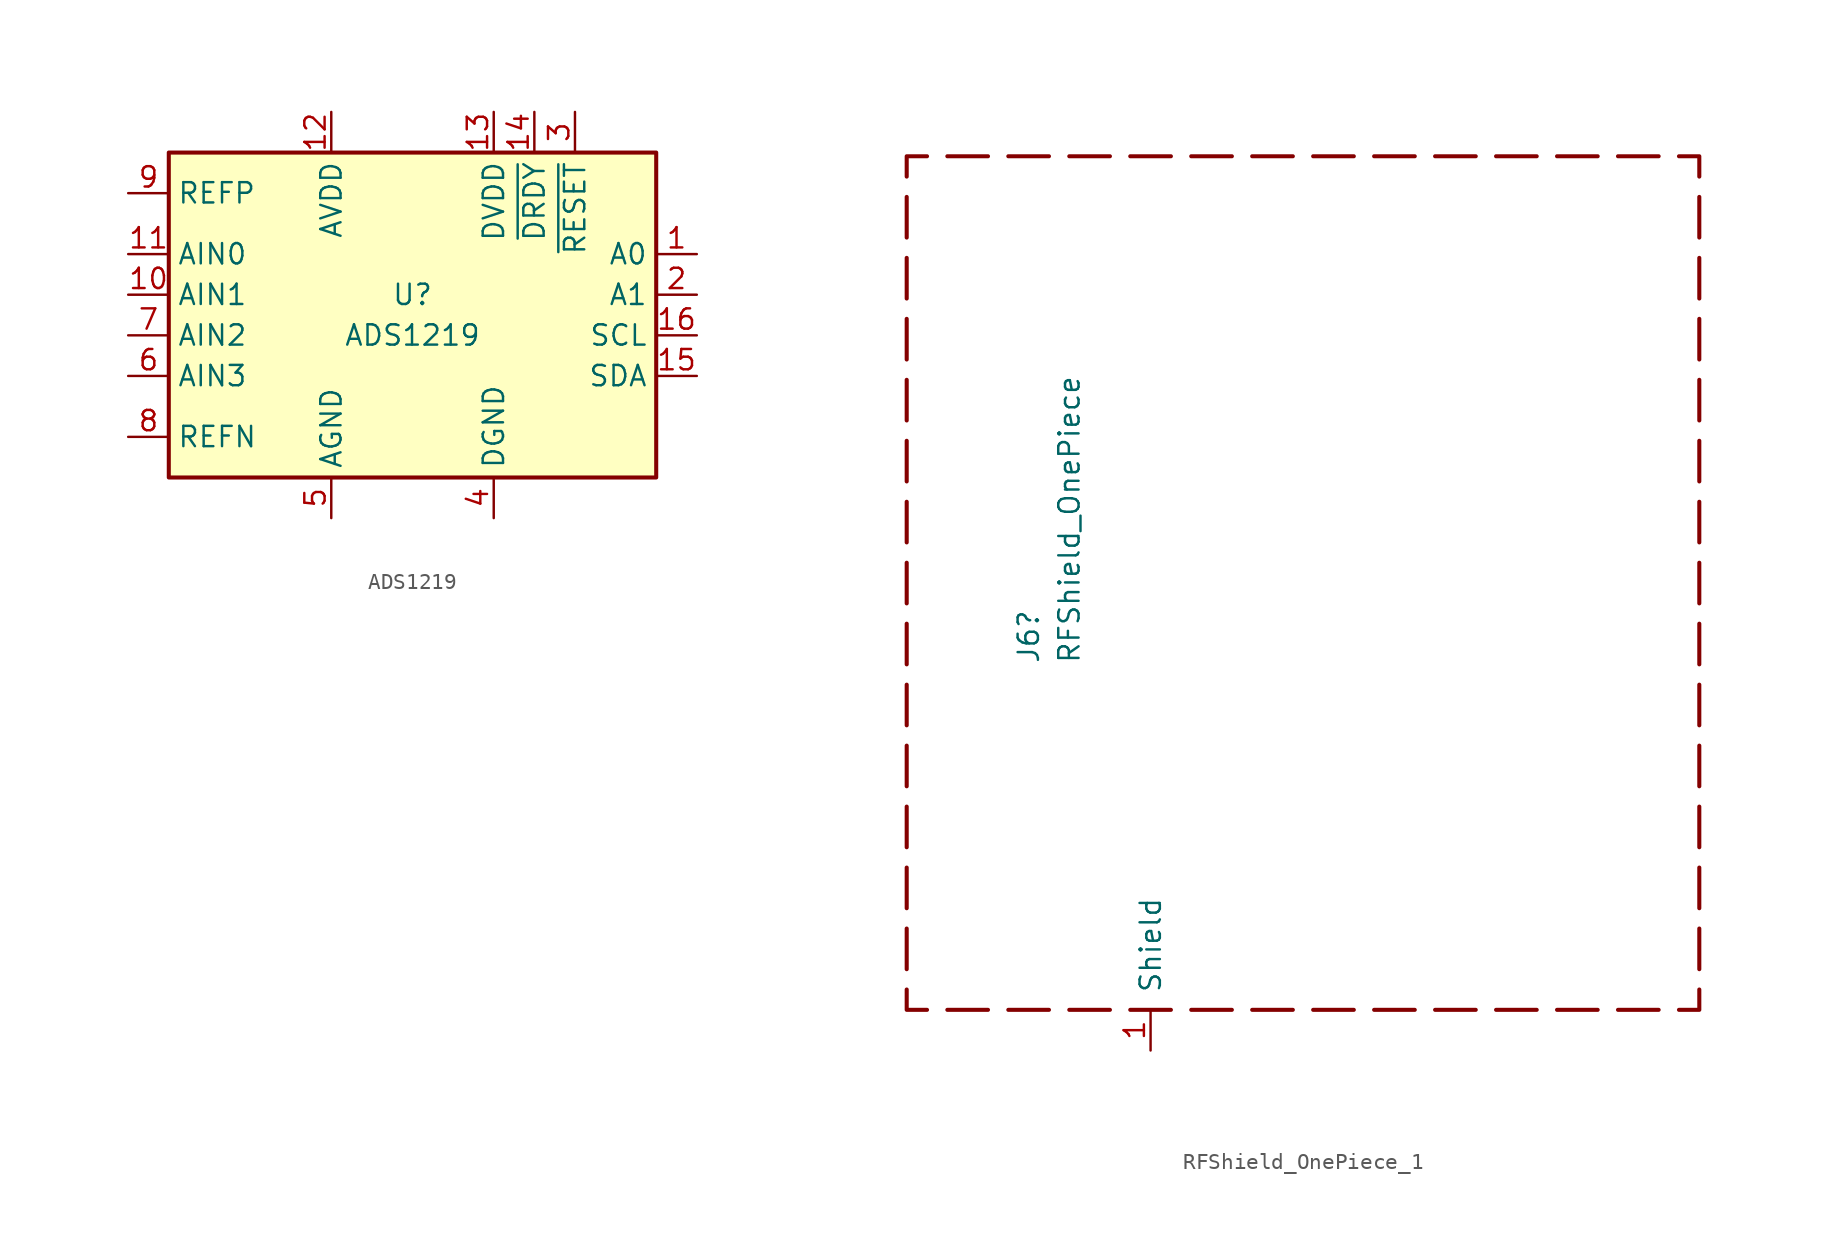
<source format=kicad_sym>
(kicad_symbol_lib
  (version 20211014)
  (generator kicad_symbol_editor)
  (symbol "ADS1219"
    (property "Reference" "U"
      (at 0 1.27 0)
      (effects (font (size 1.27 1.27))))
    (property "Value" "ADS1219"
      (at 0 -1.27 0)
      (effects (font (size 1.27 1.27))))
    (symbol "ADS1219_0_1"
      (rectangle (start -15.24 10.16) (end 15.24 -10.16) (stroke (width 0.254) (type default) (color 0 0 0 0)) (fill (type background))))
    (symbol "ADS1219_1_1"
      (pin input line (at 17.78 3.81 180) (length 2.54) (name "A0" (effects (font (size 1.27 1.27)))) (number "1" (effects (font (size 1.27 1.27)))))
      (pin input line (at -17.78 1.27 0) (length 2.54) (name "AIN1" (effects (font (size 1.27 1.27)))) (number "10" (effects (font (size 1.27 1.27)))))
      (pin input line (at -17.78 3.81 0) (length 2.54) (name "AIN0" (effects (font (size 1.27 1.27)))) (number "11" (effects (font (size 1.27 1.27)))))
      (pin power_in line (at -5.08 12.7 270) (length 2.54) (name "AVDD" (effects (font (size 1.27 1.27)))) (number "12" (effects (font (size 1.27 1.27)))))
      (pin power_in line (at 5.08 12.7 270) (length 2.54) (name "DVDD" (effects (font (size 1.27 1.27)))) (number "13" (effects (font (size 1.27 1.27)))))
      (pin output line (at 7.62 12.7 270) (length 2.54) (name "~{DRDY}" (effects (font (size 1.27 1.27)))) (number "14" (effects (font (size 1.27 1.27)))))
      (pin output line (at 17.78 -3.81 180) (length 2.54) (name "SDA" (effects (font (size 1.27 1.27)))) (number "15" (effects (font (size 1.27 1.27)))))
      (pin input line (at 17.78 -1.27 180) (length 2.54) (name "SCL" (effects (font (size 1.27 1.27)))) (number "16" (effects (font (size 1.27 1.27)))))
      (pin input line (at 17.78 1.27 180) (length 2.54) (name "A1" (effects (font (size 1.27 1.27)))) (number "2" (effects (font (size 1.27 1.27)))))
      (pin input line (at 10.16 12.7 270) (length 2.54) (name "~{RESET}" (effects (font (size 1.27 1.27)))) (number "3" (effects (font (size 1.27 1.27)))))
      (pin power_in line (at 5.08 -12.7 90) (length 2.54) (name "DGND" (effects (font (size 1.27 1.27)))) (number "4" (effects (font (size 1.27 1.27)))))
      (pin power_in line (at -5.08 -12.7 90) (length 2.54) (name "AGND" (effects (font (size 1.27 1.27)))) (number "5" (effects (font (size 1.27 1.27)))))
      (pin input line (at -17.78 -3.81 0) (length 2.54) (name "AIN3" (effects (font (size 1.27 1.27)))) (number "6" (effects (font (size 1.27 1.27)))))
      (pin input line (at -17.78 -1.27 0) (length 2.54) (name "AIN2" (effects (font (size 1.27 1.27)))) (number "7" (effects (font (size 1.27 1.27)))))
      (pin input line (at -17.78 -7.62 0) (length 2.54) (name "REFN" (effects (font (size 1.27 1.27)))) (number "8" (effects (font (size 1.27 1.27)))))
      (pin input line (at -17.78 7.62 0) (length 2.54) (name "REFP" (effects (font (size 1.27 1.27)))) (number "9" (effects (font (size 1.27 1.27)))))))
  (symbol "RFShield_OnePiece_1"
    (pin_names
      (offset 1.016))
    (property "Reference" "J6"
      (at -7.62 13.97 90)
      (effects (font (size 1.27 1.27)) (justify left)))
    (property "Value" "RFShield_OnePiece"
      (at -5.08 13.97 90)
      (effects (font (size 1.27 1.27)) (justify left)))
    (symbol "RFShield_OnePiece_1_0_1"
      (polyline (pts (xy -15.24 -5.08) (xy -15.24 -2.54)) (stroke (width 0.254) (type default) (color 0 0 0 0)) (fill (type none)))
      (polyline (pts (xy -15.24 -1.27) (xy -15.24 1.27)) (stroke (width 0.254) (type default) (color 0 0 0 0)) (fill (type none)))
      (polyline (pts (xy -15.24 2.54) (xy -15.24 5.08)) (stroke (width 0.254) (type default) (color 0 0 0 0)) (fill (type none)))
      (polyline (pts (xy -15.24 6.35) (xy -15.24 8.89)) (stroke (width 0.254) (type default) (color 0 0 0 0)) (fill (type none)))
      (polyline (pts (xy -15.24 10.16) (xy -15.24 12.7)) (stroke (width 0.254) (type default) (color 0 0 0 0)) (fill (type none)))
      (polyline (pts (xy -15.24 13.97) (xy -15.24 16.51)) (stroke (width 0.254) (type default) (color 0 0 0 0)) (fill (type none)))
      (polyline (pts (xy -15.24 17.78) (xy -15.24 20.32)) (stroke (width 0.254) (type default) (color 0 0 0 0)) (fill (type none)))
      (polyline (pts (xy -15.24 21.59) (xy -15.24 24.13)) (stroke (width 0.254) (type default) (color 0 0 0 0)) (fill (type none)))
      (polyline (pts (xy -15.24 25.4) (xy -15.24 27.94)) (stroke (width 0.254) (type default) (color 0 0 0 0)) (fill (type none)))
      (polyline (pts (xy -15.24 29.21) (xy -15.24 31.75)) (stroke (width 0.254) (type default) (color 0 0 0 0)) (fill (type none)))
      (polyline (pts (xy -15.24 33.02) (xy -15.24 35.56)) (stroke (width 0.254) (type default) (color 0 0 0 0)) (fill (type none)))
      (polyline (pts (xy -15.24 36.83) (xy -15.24 39.37)) (stroke (width 0.254) (type default) (color 0 0 0 0)) (fill (type none)))
      (polyline (pts (xy -15.24 40.64) (xy -15.24 43.18)) (stroke (width 0.254) (type default) (color 0 0 0 0)) (fill (type none)))
      (polyline (pts (xy -12.7 45.72) (xy -10.16 45.72)) (stroke (width 0.254) (type default) (color 0 0 0 0)) (fill (type none)))
      (polyline (pts (xy -10.16 -7.62) (xy -12.7 -7.62)) (stroke (width 0.254) (type default) (color 0 0 0 0)) (fill (type none)))
      (polyline (pts (xy -6.35 -7.62) (xy -8.89 -7.62)) (stroke (width 0.254) (type default) (color 0 0 0 0)) (fill (type none)))
      (polyline (pts (xy -6.35 45.72) (xy -8.89 45.72)) (stroke (width 0.254) (type default) (color 0 0 0 0)) (fill (type none)))
      (polyline (pts (xy -2.54 -7.62) (xy -5.08 -7.62)) (stroke (width 0.254) (type default) (color 0 0 0 0)) (fill (type none)))
      (polyline (pts (xy -2.54 45.72) (xy -5.08 45.72)) (stroke (width 0.254) (type default) (color 0 0 0 0)) (fill (type none)))
      (polyline (pts (xy -1.27 -7.62) (xy 1.27 -7.62)) (stroke (width 0.254) (type default) (color 0 0 0 0)) (fill (type none)))
      (polyline (pts (xy 1.27 45.72) (xy -1.27 45.72)) (stroke (width 0.254) (type default) (color 0 0 0 0)) (fill (type none)))
      (polyline (pts (xy 2.54 -7.62) (xy 5.08 -7.62)) (stroke (width 0.254) (type default) (color 0 0 0 0)) (fill (type none)))
      (polyline (pts (xy 5.08 45.72) (xy 2.54 45.72)) (stroke (width 0.254) (type default) (color 0 0 0 0)) (fill (type none)))
      (polyline (pts (xy 6.35 -7.62) (xy 8.89 -7.62)) (stroke (width 0.254) (type default) (color 0 0 0 0)) (fill (type none)))
      (polyline (pts (xy 8.89 45.72) (xy 6.35 45.72)) (stroke (width 0.254) (type default) (color 0 0 0 0)) (fill (type none)))
      (polyline (pts (xy 10.16 -7.62) (xy 12.7 -7.62)) (stroke (width 0.254) (type default) (color 0 0 0 0)) (fill (type none)))
      (polyline (pts (xy 12.7 45.72) (xy 10.16 45.72)) (stroke (width 0.254) (type default) (color 0 0 0 0)) (fill (type none)))
      (polyline (pts (xy 16.51 -7.62) (xy 13.97 -7.62)) (stroke (width 0.254) (type default) (color 0 0 0 0)) (fill (type none)))
      (polyline (pts (xy 16.51 45.72) (xy 13.97 45.72)) (stroke (width 0.254) (type default) (color 0 0 0 0)) (fill (type none)))
      (polyline (pts (xy 20.32 -7.62) (xy 17.78 -7.62)) (stroke (width 0.254) (type default) (color 0 0 0 0)) (fill (type none)))
      (polyline (pts (xy 20.32 45.72) (xy 17.78 45.72)) (stroke (width 0.254) (type default) (color 0 0 0 0)) (fill (type none)))
      (polyline (pts (xy 24.13 -7.62) (xy 21.59 -7.62)) (stroke (width 0.254) (type default) (color 0 0 0 0)) (fill (type none)))
      (polyline (pts (xy 24.13 45.72) (xy 21.59 45.72)) (stroke (width 0.254) (type default) (color 0 0 0 0)) (fill (type none)))
      (polyline (pts (xy 27.94 -7.62) (xy 25.4 -7.62)) (stroke (width 0.254) (type default) (color 0 0 0 0)) (fill (type none)))
      (polyline (pts (xy 27.94 45.72) (xy 25.4 45.72)) (stroke (width 0.254) (type default) (color 0 0 0 0)) (fill (type none)))
      (polyline (pts (xy 31.75 -7.62) (xy 29.21 -7.62)) (stroke (width 0.254) (type default) (color 0 0 0 0)) (fill (type none)))
      (polyline (pts (xy 31.75 45.72) (xy 29.21 45.72)) (stroke (width 0.254) (type default) (color 0 0 0 0)) (fill (type none)))
      (polyline (pts (xy 34.29 -5.08) (xy 34.29 -2.54)) (stroke (width 0.254) (type default) (color 0 0 0 0)) (fill (type none)))
      (polyline (pts (xy 34.29 -1.27) (xy 34.29 1.27)) (stroke (width 0.254) (type default) (color 0 0 0 0)) (fill (type none)))
      (polyline (pts (xy 34.29 2.54) (xy 34.29 5.08)) (stroke (width 0.254) (type default) (color 0 0 0 0)) (fill (type none)))
      (polyline (pts (xy 34.29 6.35) (xy 34.29 8.89)) (stroke (width 0.254) (type default) (color 0 0 0 0)) (fill (type none)))
      (polyline (pts (xy 34.29 10.16) (xy 34.29 12.7)) (stroke (width 0.254) (type default) (color 0 0 0 0)) (fill (type none)))
      (polyline (pts (xy 34.29 13.97) (xy 34.29 16.51)) (stroke (width 0.254) (type default) (color 0 0 0 0)) (fill (type none)))
      (polyline (pts (xy 34.29 17.78) (xy 34.29 20.32)) (stroke (width 0.254) (type default) (color 0 0 0 0)) (fill (type none)))
      (polyline (pts (xy 34.29 21.59) (xy 34.29 24.13)) (stroke (width 0.254) (type default) (color 0 0 0 0)) (fill (type none)))
      (polyline (pts (xy 34.29 25.4) (xy 34.29 27.94)) (stroke (width 0.254) (type default) (color 0 0 0 0)) (fill (type none)))
      (polyline (pts (xy 34.29 29.21) (xy 34.29 31.75)) (stroke (width 0.254) (type default) (color 0 0 0 0)) (fill (type none)))
      (polyline (pts (xy 34.29 33.02) (xy 34.29 35.56)) (stroke (width 0.254) (type default) (color 0 0 0 0)) (fill (type none)))
      (polyline (pts (xy 34.29 36.83) (xy 34.29 39.37)) (stroke (width 0.254) (type default) (color 0 0 0 0)) (fill (type none)))
      (polyline (pts (xy 34.29 40.64) (xy 34.29 43.18)) (stroke (width 0.254) (type default) (color 0 0 0 0)) (fill (type none)))
      (polyline (pts (xy -15.24 44.45) (xy -15.24 45.72) (xy -13.97 45.72)) (stroke (width 0.254) (type default) (color 0 0 0 0)) (fill (type none)))
      (polyline (pts (xy -13.97 -7.62) (xy -15.24 -7.62) (xy -15.24 -6.35)) (stroke (width 0.254) (type default) (color 0 0 0 0)) (fill (type none)))
      (polyline (pts (xy 33.02 -7.62) (xy 34.29 -7.62) (xy 34.29 -6.35)) (stroke (width 0.254) (type default) (color 0 0 0 0)) (fill (type none)))
      (polyline (pts (xy 34.29 44.45) (xy 34.29 45.72) (xy 33.02 45.72)) (stroke (width 0.254) (type default) (color 0 0 0 0)) (fill (type none))))
    (symbol "RFShield_OnePiece_1_1_1"
      (pin passive line (at 0 -10.16 90) (length 2.54) (name "Shield" (effects (font (size 1.27 1.27)))) (number "1" (effects (font (size 1.27 1.27))))))))
</source>
